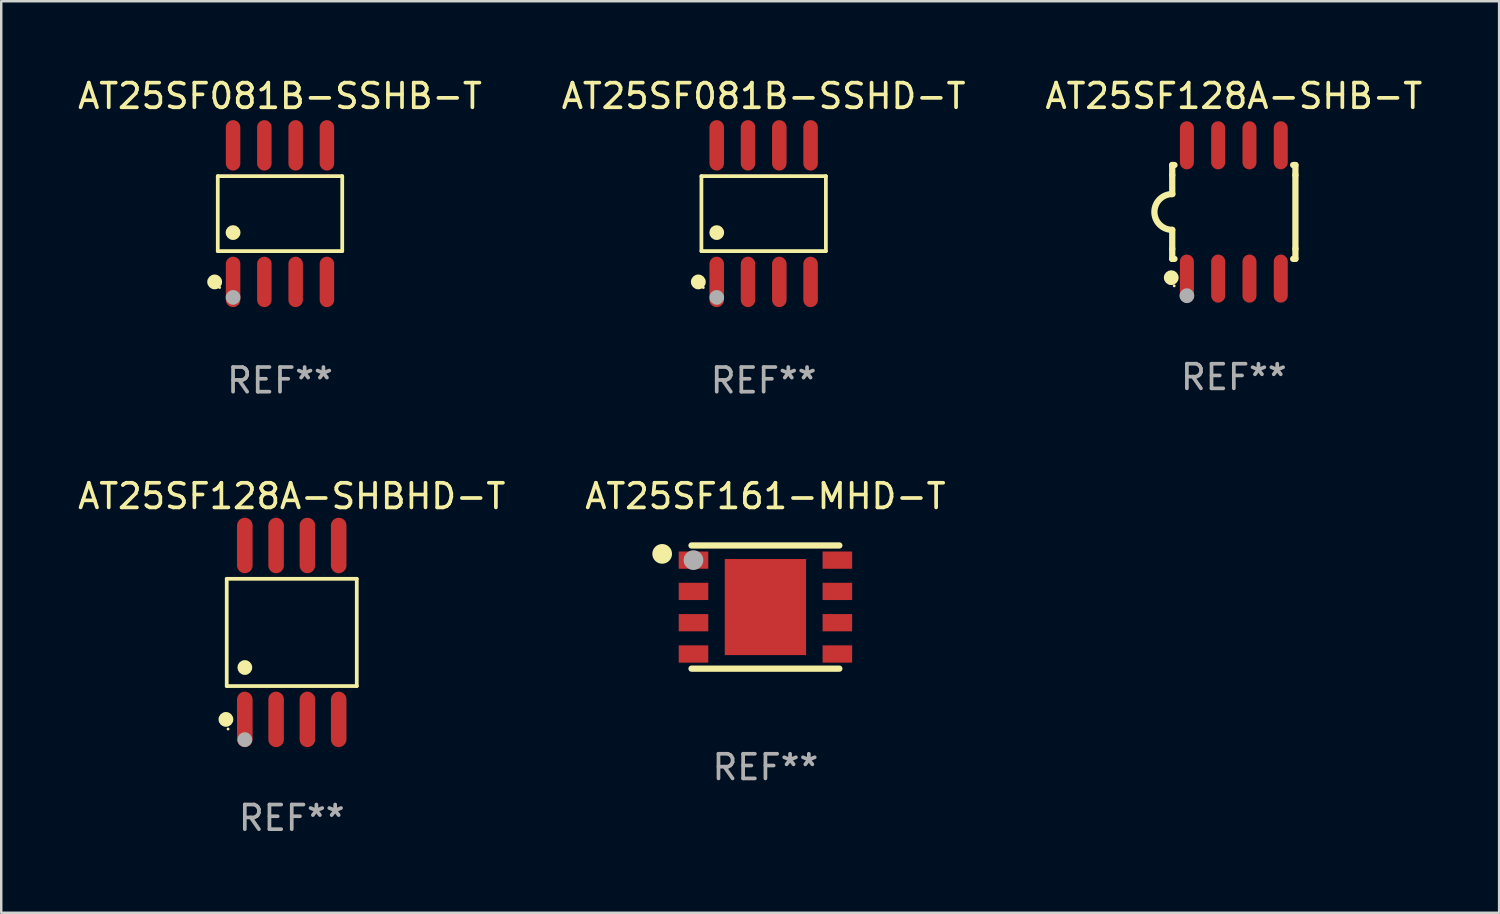
<source format=kicad_pcb>
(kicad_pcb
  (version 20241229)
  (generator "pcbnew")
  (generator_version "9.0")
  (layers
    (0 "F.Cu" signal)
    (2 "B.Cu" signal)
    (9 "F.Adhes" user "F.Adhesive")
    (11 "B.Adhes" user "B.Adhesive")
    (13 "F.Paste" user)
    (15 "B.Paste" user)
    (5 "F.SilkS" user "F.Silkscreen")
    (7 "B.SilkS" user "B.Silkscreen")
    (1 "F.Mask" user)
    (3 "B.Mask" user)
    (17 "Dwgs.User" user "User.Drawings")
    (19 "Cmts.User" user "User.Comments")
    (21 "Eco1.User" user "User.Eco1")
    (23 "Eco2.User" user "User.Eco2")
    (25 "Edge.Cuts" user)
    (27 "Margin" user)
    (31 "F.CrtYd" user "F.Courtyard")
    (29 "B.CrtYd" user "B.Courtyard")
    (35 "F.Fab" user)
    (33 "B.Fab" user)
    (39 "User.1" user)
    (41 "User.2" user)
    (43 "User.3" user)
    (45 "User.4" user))
  (footprint "AT25SF081B-SSHB-T"
    (layer "F.Cu")
    (at 8.315 5.621)
    (property "Reference" "AT25SF081B-SSHB-T" (at 0 -4.772 0) (layer "F.SilkS") (effects (font (size 1 1) (thickness 0.15))))
    (attr through_hole)
    (fp_line (start -2.526 -1.521) (end 2.526 -1.521) (stroke (width 0.152) (type solid)) (layer "F.SilkS"))
    (fp_line (start -2.526 1.521) (end -2.526 -1.521) (stroke (width 0.152) (type solid)) (layer "F.SilkS"))
    (fp_line (start 2.526 -1.521) (end 2.526 1.521) (stroke (width 0.152) (type solid)) (layer "F.SilkS"))
    (fp_line (start 2.526 1.521) (end -2.526 1.521) (stroke (width 0.152) (type solid)) (layer "F.SilkS"))
    (fp_circle (center -2.652 2.772) (end -2.501 2.772) (stroke (width 0.3) (type solid)) (fill no) (layer "F.SilkS"))
    (fp_circle (center -2.45 3) (end -2.42 3) (stroke (width 0.06) (type solid)) (fill no) (layer "F.SilkS"))
    (fp_circle (center -1.905 0.769) (end -1.755 0.769) (stroke (width 0.3) (type solid)) (fill no) (layer "F.SilkS"))
    (fp_circle (center -1.905 3.4) (end -1.755 3.4) (stroke (width 0.3) (type solid)) (fill no) (layer "F.Fab"))
    (fp_text user "REF**" (at 0 6.772 0) (layer "F.Fab") (effects (font (size 1 1) (thickness 0.15))))
    (pad "1" smd oval (at -1.905 2.772) (size 0.588 2.045) (layers "F.Cu" "F.Mask" "F.Paste"))
    (pad "2" smd oval (at -0.635 2.772) (size 0.588 2.045) (layers "F.Cu" "F.Mask" "F.Paste"))
    (pad "3" smd oval (at 0.635 2.772) (size 0.588 2.045) (layers "F.Cu" "F.Mask" "F.Paste"))
    (pad "4" smd oval (at 1.905 2.772) (size 0.588 2.045) (layers "F.Cu" "F.Mask" "F.Paste"))
    (pad "5" smd oval (at 1.905 -2.772) (size 0.588 2.045) (layers "F.Cu" "F.Mask" "F.Paste"))
    (pad "6" smd oval (at 0.635 -2.772) (size 0.588 2.045) (layers "F.Cu" "F.Mask" "F.Paste"))
    (pad "7" smd oval (at -0.635 -2.772) (size 0.588 2.045) (layers "F.Cu" "F.Mask" "F.Paste"))
    (pad "8" smd oval (at -1.905 -2.772) (size 0.588 2.045) (layers "F.Cu" "F.Mask" "F.Paste")))
  (footprint "AT25SF128A-SHB-T"
    (layer "F.Cu")
    (at 47.03 5.553)
    (property "Reference" "AT25SF128A-SHB-T" (at 0 -4.705 0) (layer "F.SilkS") (effects (font (size 1 1) (thickness 0.15))))
    (attr through_hole)
    (fp_line (start -2.5 -1.905) (end -2.409 -1.905) (stroke (width 0.254) (type solid)) (layer "F.SilkS"))
    (fp_line (start -2.5 -1.5) (end -2.5 -1.905) (stroke (width 0.254) (type solid)) (layer "F.SilkS"))
    (fp_line (start -2.5 -1.5) (end -2.5 -0.726) (stroke (width 0.254) (type solid)) (layer "F.SilkS"))
    (fp_line (start -2.5 1.5) (end -2.5 0.727) (stroke (width 0.254) (type solid)) (layer "F.SilkS"))
    (fp_line (start -2.5 1.5) (end -2.5 1.905) (stroke (width 0.254) (type solid)) (layer "F.SilkS"))
    (fp_line (start -2.5 1.905) (end -2.409 1.905) (stroke (width 0.254) (type solid)) (layer "F.SilkS"))
    (fp_line (start 2.5 -1.905) (end 2.409 -1.905) (stroke (width 0.254) (type solid)) (layer "F.SilkS"))
    (fp_line (start 2.5 -1.5) (end 2.5 -1.905) (stroke (width 0.254) (type solid)) (layer "F.SilkS"))
    (fp_line (start 2.5 -1.5) (end 2.5 1.5) (stroke (width 0.254) (type solid)) (layer "F.SilkS"))
    (fp_line (start 2.5 1.5) (end 2.5 1.905) (stroke (width 0.254) (type solid)) (layer "F.SilkS"))
    (fp_line (start 2.5 1.905) (end 2.409 1.905) (stroke (width 0.254) (type solid)) (layer "F.SilkS"))
    (fp_arc (start -2.5 0.726568) (mid -3.220316 -0.0023) (end -2.495097 -0.726289) (stroke (width 0.254001) (type solid)) (layer "F.SilkS"))
    (fp_circle (center -2.54 2.667) (end -2.39 2.667) (stroke (width 0.3) (type solid)) (fill no) (layer "F.SilkS"))
    (fp_circle (center -2.42 3) (end -2.39 3) (stroke (width 0.06) (type solid)) (fill no) (layer "F.SilkS"))
    (fp_circle (center -1.905 3.4) (end -1.755 3.4) (stroke (width 0.3) (type solid)) (fill no) (layer "F.Fab"))
    (fp_text user "REF**" (at 0 6.705 0) (layer "F.Fab") (effects (font (size 1 1) (thickness 0.15))))
    (pad "1" smd oval (at -1.905 2.705) (size 0.568 1.95) (layers "F.Cu" "F.Mask" "F.Paste"))
    (pad "2" smd oval (at -0.635 2.705) (size 0.568 1.95) (layers "F.Cu" "F.Mask" "F.Paste"))
    (pad "3" smd oval (at 0.635 2.705) (size 0.568 1.95) (layers "F.Cu" "F.Mask" "F.Paste"))
    (pad "4" smd oval (at 1.905 2.705) (size 0.568 1.95) (layers "F.Cu" "F.Mask" "F.Paste"))
    (pad "5" smd oval (at 1.905 -2.705) (size 0.568 1.95) (layers "F.Cu" "F.Mask" "F.Paste"))
    (pad "6" smd oval (at 0.635 -2.705) (size 0.568 1.95) (layers "F.Cu" "F.Mask" "F.Paste"))
    (pad "7" smd oval (at -0.635 -2.705) (size 0.568 1.95) (layers "F.Cu" "F.Mask" "F.Paste"))
    (pad "8" smd oval (at -1.905 -2.705) (size 0.568 1.95) (layers "F.Cu" "F.Mask" "F.Paste")))
  (footprint "AT25SF128A-SHBHD-T"
    (layer "F.Cu")
    (at 8.792 22.62)
    (property "Reference" "AT25SF128A-SHBHD-T" (at 0 -5.53 0) (layer "F.SilkS") (effects (font (size 1 1) (thickness 0.15))))
    (attr through_hole)
    (fp_line (start -2.639 -2.176) (end 2.639 -2.176) (stroke (width 0.152) (type solid)) (layer "F.SilkS"))
    (fp_line (start -2.639 2.176) (end -2.639 -2.176) (stroke (width 0.152) (type solid)) (layer "F.SilkS"))
    (fp_line (start 2.639 -2.176) (end 2.639 2.176) (stroke (width 0.152) (type solid)) (layer "F.SilkS"))
    (fp_line (start 2.639 2.176) (end -2.639 2.176) (stroke (width 0.152) (type solid)) (layer "F.SilkS"))
    (fp_circle (center -2.672 3.53) (end -2.522 3.53) (stroke (width 0.3) (type solid)) (fill no) (layer "F.SilkS"))
    (fp_circle (center -2.585 3.92) (end -2.555 3.92) (stroke (width 0.06) (type solid)) (fill no) (layer "F.SilkS"))
    (fp_circle (center -1.905 1.424) (end -1.755 1.424) (stroke (width 0.3) (type solid)) (fill no) (layer "F.SilkS"))
    (fp_circle (center -1.905 4.35) (end -1.755 4.35) (stroke (width 0.3) (type solid)) (fill no) (layer "F.Fab"))
    (fp_text user "REF**" (at 0 7.53 0) (layer "F.Fab") (effects (font (size 1 1) (thickness 0.15))))
    (pad "1" smd oval (at -1.905 3.53) (size 0.63 2.25) (layers "F.Cu" "F.Mask" "F.Paste"))
    (pad "2" smd oval (at -0.635 3.53) (size 0.63 2.25) (layers "F.Cu" "F.Mask" "F.Paste"))
    (pad "3" smd oval (at 0.635 3.53) (size 0.63 2.25) (layers "F.Cu" "F.Mask" "F.Paste"))
    (pad "4" smd oval (at 1.905 3.53) (size 0.63 2.25) (layers "F.Cu" "F.Mask" "F.Paste"))
    (pad "5" smd oval (at 1.905 -3.53) (size 0.63 2.25) (layers "F.Cu" "F.Mask" "F.Paste"))
    (pad "6" smd oval (at 0.635 -3.53) (size 0.63 2.25) (layers "F.Cu" "F.Mask" "F.Paste"))
    (pad "7" smd oval (at -0.635 -3.53) (size 0.63 2.25) (layers "F.Cu" "F.Mask" "F.Paste"))
    (pad "8" smd oval (at -1.905 -3.53) (size 0.63 2.25) (layers "F.Cu" "F.Mask" "F.Paste")))
  (footprint "AT25SF081B-SSHD-T"
    (layer "F.Cu")
    (at 27.946 5.621)
    (property "Reference" "AT25SF081B-SSHD-T" (at 0 -4.772 0) (layer "F.SilkS") (effects (font (size 1 1) (thickness 0.15))))
    (attr through_hole)
    (fp_line (start -2.526 -1.521) (end 2.526 -1.521) (stroke (width 0.152) (type solid)) (layer "F.SilkS"))
    (fp_line (start -2.526 1.521) (end -2.526 -1.521) (stroke (width 0.152) (type solid)) (layer "F.SilkS"))
    (fp_line (start 2.526 -1.521) (end 2.526 1.521) (stroke (width 0.152) (type solid)) (layer "F.SilkS"))
    (fp_line (start 2.526 1.521) (end -2.526 1.521) (stroke (width 0.152) (type solid)) (layer "F.SilkS"))
    (fp_circle (center -2.652 2.772) (end -2.501 2.772) (stroke (width 0.3) (type solid)) (fill no) (layer "F.SilkS"))
    (fp_circle (center -2.45 3) (end -2.42 3) (stroke (width 0.06) (type solid)) (fill no) (layer "F.SilkS"))
    (fp_circle (center -1.905 0.769) (end -1.755 0.769) (stroke (width 0.3) (type solid)) (fill no) (layer "F.SilkS"))
    (fp_circle (center -1.905 3.4) (end -1.755 3.4) (stroke (width 0.3) (type solid)) (fill no) (layer "F.Fab"))
    (fp_text user "REF**" (at 0 6.772 0) (layer "F.Fab") (effects (font (size 1 1) (thickness 0.15))))
    (pad "1" smd oval (at -1.905 2.772) (size 0.588 2.045) (layers "F.Cu" "F.Mask" "F.Paste"))
    (pad "2" smd oval (at -0.635 2.772) (size 0.588 2.045) (layers "F.Cu" "F.Mask" "F.Paste"))
    (pad "3" smd oval (at 0.635 2.772) (size 0.588 2.045) (layers "F.Cu" "F.Mask" "F.Paste"))
    (pad "4" smd oval (at 1.905 2.772) (size 0.588 2.045) (layers "F.Cu" "F.Mask" "F.Paste"))
    (pad "5" smd oval (at 1.905 -2.772) (size 0.588 2.045) (layers "F.Cu" "F.Mask" "F.Paste"))
    (pad "6" smd oval (at 0.635 -2.772) (size 0.588 2.045) (layers "F.Cu" "F.Mask" "F.Paste"))
    (pad "7" smd oval (at -0.635 -2.772) (size 0.588 2.045) (layers "F.Cu" "F.Mask" "F.Paste"))
    (pad "8" smd oval (at -1.905 -2.772) (size 0.588 2.045) (layers "F.Cu" "F.Mask" "F.Paste")))
  (footprint "AT25SF161-MHD-T"
    (layer "F.Cu")
    (at 28.018 21.59)
    (property "Reference" "AT25SF161-MHD-T" (at 0 -4.5 0) (layer "F.SilkS") (effects (font (size 1 1) (thickness 0.15))))
    (attr through_hole)
    (fp_line (start 3 -2.5) (end -3 -2.5) (stroke (width 0.254) (type solid)) (layer "F.SilkS"))
    (fp_line (start 3 2.5) (end -3 2.5) (stroke (width 0.254) (type solid)) (layer "F.SilkS"))
    (fp_circle (center -4.191 -2.159) (end -3.991 -2.159) (stroke (width 0.4) (type solid)) (fill no) (layer "F.SilkS"))
    (fp_circle (center -3 -2.5) (end -2.97 -2.5) (stroke (width 0.06) (type solid)) (fill no) (layer "F.SilkS"))
    (fp_circle (center -2.92 -1.905) (end -2.72 -1.905) (stroke (width 0.4) (type solid)) (fill no) (layer "F.Fab"))
    (fp_text user "REF**" (at 0 6.5 0) (layer "F.Fab") (effects (font (size 1 1) (thickness 0.15))))
    (pad "1" smd rect (at -2.92 -1.905) (size 1.2 0.7) (layers "F.Cu" "F.Mask" "F.Paste"))
    (pad "2" smd rect (at -2.92 -0.635) (size 1.2 0.7) (layers "F.Cu" "F.Mask" "F.Paste"))
    (pad "3" smd rect (at -2.92 0.635) (size 1.2 0.7) (layers "F.Cu" "F.Mask" "F.Paste"))
    (pad "4" smd rect (at -2.92 1.905) (size 1.2 0.7) (layers "F.Cu" "F.Mask" "F.Paste"))
    (pad "5" smd rect (at 2.92 1.905) (size 1.2 0.7) (layers "F.Cu" "F.Mask" "F.Paste"))
    (pad "6" smd rect (at 2.92 0.635) (size 1.2 0.7) (layers "F.Cu" "F.Mask" "F.Paste"))
    (pad "7" smd rect (at 2.92 -0.635) (size 1.2 0.7) (layers "F.Cu" "F.Mask" "F.Paste"))
    (pad "8" smd rect (at 2.92 -1.905) (size 1.2 0.7) (layers "F.Cu" "F.Mask" "F.Paste"))
    (pad "9" smd rect (at 0 0) (size 3.3 3.9) (layers "F.Cu" "F.Mask" "F.Paste")))
  (gr_rect
    (start -3 -3)
    (end 57.798 33.998)
    (stroke (width 0.1) (type default))
    (fill no)
    (layer "Edge.Cuts")))
</source>
